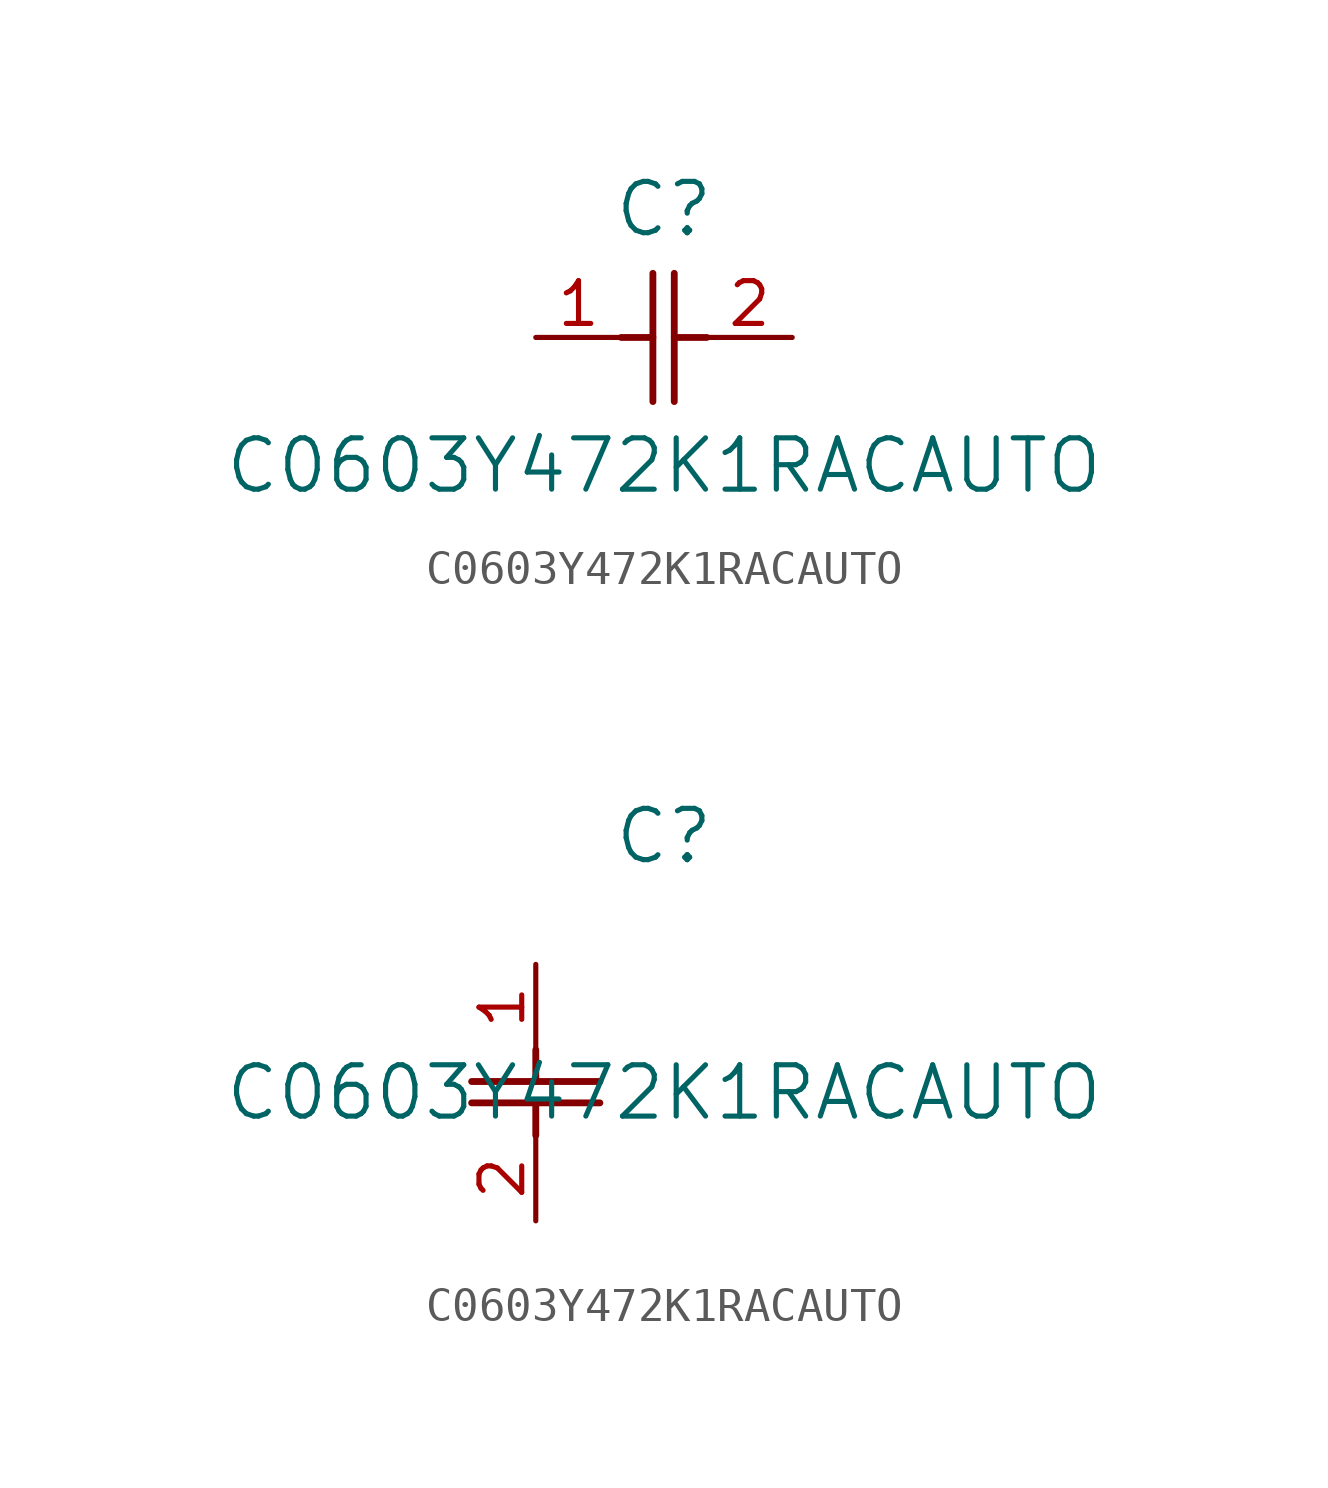
<source format=kicad_sym>
(kicad_symbol_lib
  (version 20211014)
  (generator kicad_symbol_editor)
  (symbol "C0603Y472K1RACAUTO"
    (pin_names
      (offset 0.254))
    (property "Reference" "C"
      (at 3.81 3.81 0)
      (effects (font (size 1.524 1.524))))
    (property "Value" "C0603Y472K1RACAUTO"
      (at 3.81 -3.81 0)
      (effects (font (size 1.524 1.524))))
    (symbol "C0603Y472K1RACAUTO_1_1"
      (polyline (pts (xy 3.48 -1.905) (xy 3.48 1.905)) (stroke (width 0.203) (type default) (color 0 0 0 0)) (fill (type none)))
      (polyline (pts (xy 4.115 -1.905) (xy 4.115 1.905)) (stroke (width 0.203) (type default) (color 0 0 0 0)) (fill (type none)))
      (polyline (pts (xy 4.115 0) (xy 5.08 0)) (stroke (width 0.203) (type default) (color 0 0 0 0)) (fill (type none)))
      (polyline (pts (xy 2.54 0) (xy 3.48 0)) (stroke (width 0.203) (type default) (color 0 0 0 0)) (fill (type none)))
      (pin unspecified line (at 0 0 0) (length 2.54) (name "" (effects (font (size 1.27 1.27)))) (number "1" (effects (font (size 1.27 1.27)))))
      (pin unspecified line (at 7.62 0 180) (length 2.54) (name "" (effects (font (size 1.27 1.27)))) (number "2" (effects (font (size 1.27 1.27))))))
    (symbol "C0603Y472K1RACAUTO_1_2"
      (polyline (pts (xy -1.905 -3.48) (xy 1.905 -3.48)) (stroke (width 0.203) (type default) (color 0 0 0 0)) (fill (type none)))
      (polyline (pts (xy -1.905 -4.115) (xy 1.905 -4.115)) (stroke (width 0.203) (type default) (color 0 0 0 0)) (fill (type none)))
      (polyline (pts (xy 0 -4.115) (xy 0 -5.08)) (stroke (width 0.203) (type default) (color 0 0 0 0)) (fill (type none)))
      (polyline (pts (xy 0 -2.54) (xy 0 -3.48)) (stroke (width 0.203) (type default) (color 0 0 0 0)) (fill (type none)))
      (pin unspecified line (at 0 0 270) (length 2.54) (name "" (effects (font (size 1.27 1.27)))) (number "1" (effects (font (size 1.27 1.27)))))
      (pin unspecified line (at 0 -7.62 90) (length 2.54) (name "" (effects (font (size 1.27 1.27)))) (number "2" (effects (font (size 1.27 1.27))))))))
</source>
